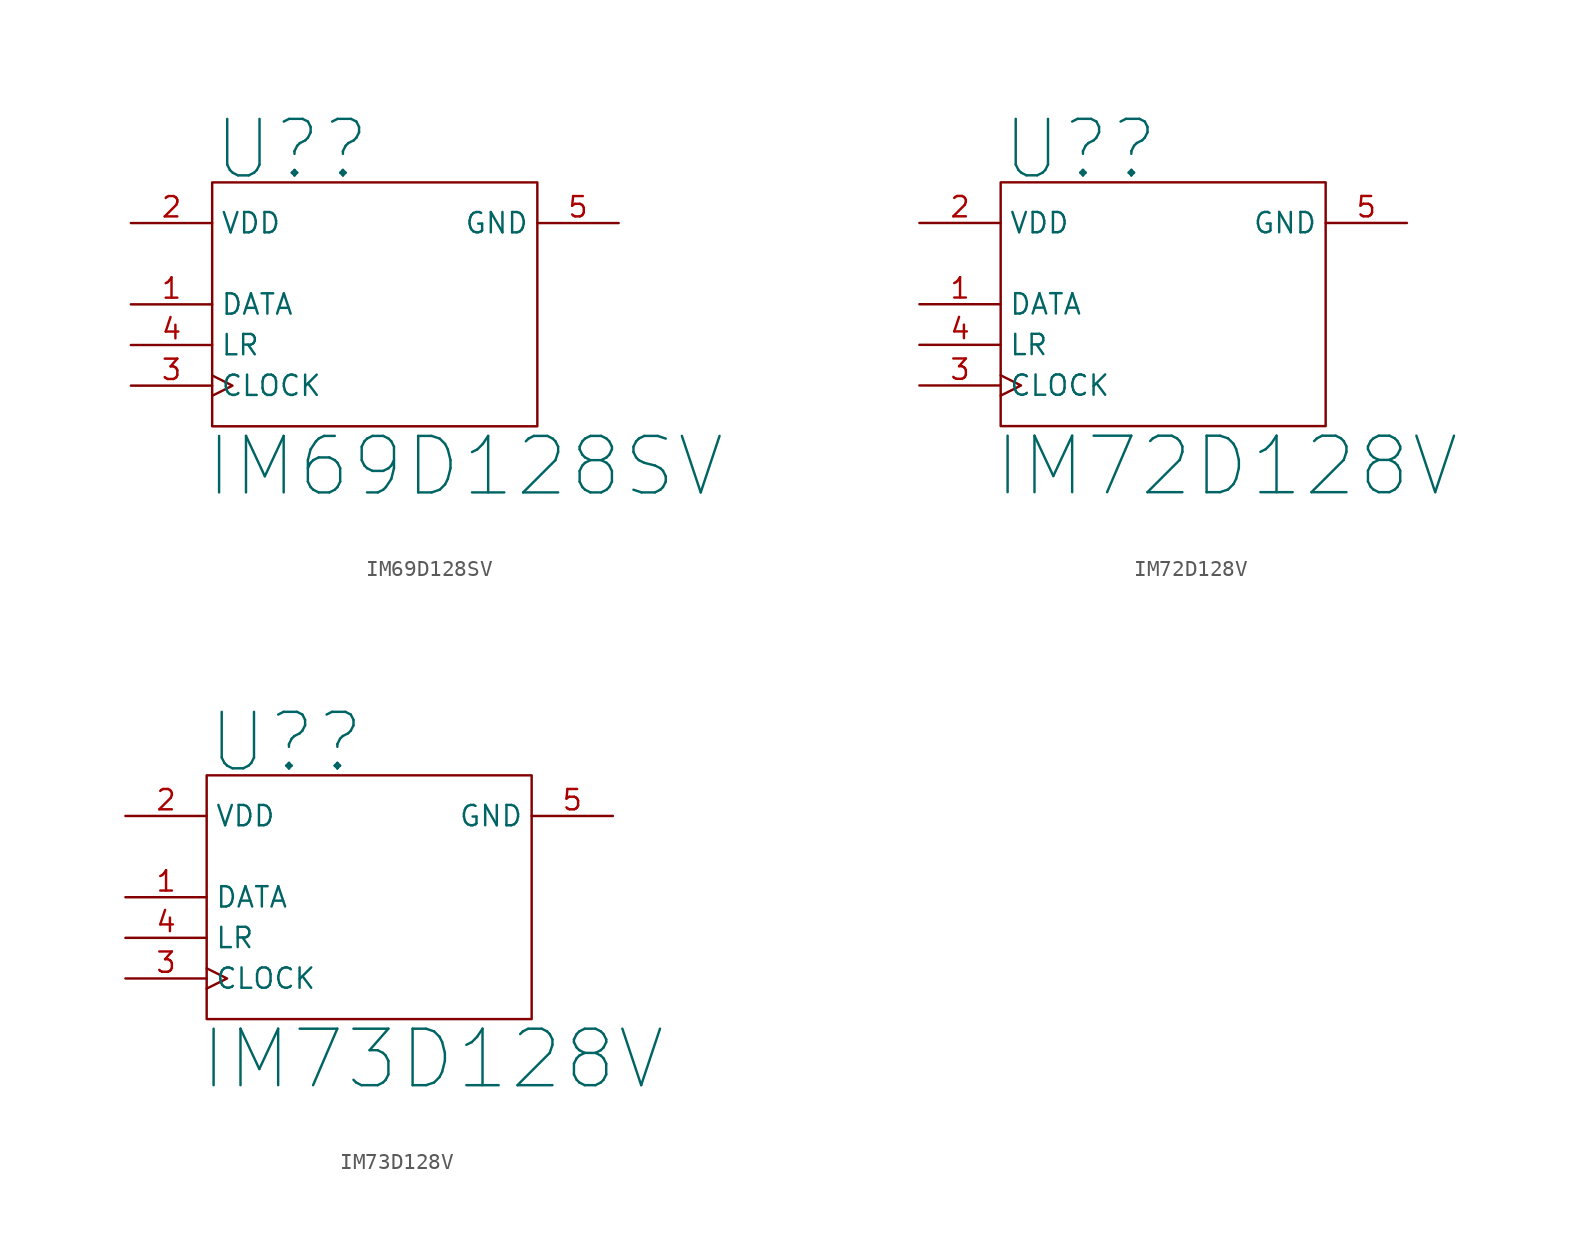
<source format=kicad_sym>
(kicad_symbol_lib
  (version 20241209)
  (generator "kicad_symbol_editor")
  (generator_version "9.0")
  (symbol "IM69D128SV"
    (property "Reference" "U?"
      (at 0 0 0)
      (effects (font (size 3.531 3.531)) (justify left bottom)))
    (property "Value" "IM69D128SV"
      (at -0.508 -19.812 0)
      (effects (font (size 3.531 3.531)) (justify left bottom)))
    (symbol "IM69D128SV_0_1"
      (rectangle (start 0 0) (end 20.32 -15.24) (stroke (width 0) (type default)) (fill (type none))))
    (symbol "IM69D128SV_1_0"
      (pin power_in line (at -5.08 -2.54 0) (length 5.08) (name "VDD" (effects (font (size 1.27 1.27)))) (number "2" (effects (font (size 1.27 1.27)))))
      (pin output line (at -5.08 -7.62 0) (length 5.08) (name "DATA" (effects (font (size 1.27 1.27)))) (number "1" (effects (font (size 1.27 1.27)))))
      (pin passive line (at -5.08 -10.16 0) (length 5.08) (name "LR" (effects (font (size 1.27 1.27)))) (number "4" (effects (font (size 1.27 1.27)))))
      (pin input clock (at -5.08 -12.7 0) (length 5.08) (name "CLOCK" (effects (font (size 1.27 1.27)))) (number "3" (effects (font (size 1.27 1.27)))))
      (pin power_in line (at 25.4 -2.54 180) (length 5.08) (name "GND" (effects (font (size 1.27 1.27)))) (number "5" (effects (font (size 1.27 1.27)))))))
  (symbol "IM72D128V"
    (property "Reference" "U?"
      (at 0 0 0)
      (effects (font (size 3.531 3.531)) (justify left bottom)))
    (property "Value" "IM72D128V"
      (at -0.508 -19.812 0)
      (effects (font (size 3.531 3.531)) (justify left bottom)))
    (symbol "IM72D128V_0_1"
      (rectangle (start 0 0) (end 20.32 -15.24) (stroke (width 0) (type default)) (fill (type none))))
    (symbol "IM72D128V_1_0"
      (pin power_in line (at -5.08 -2.54 0) (length 5.08) (name "VDD" (effects (font (size 1.27 1.27)))) (number "2" (effects (font (size 1.27 1.27)))))
      (pin output line (at -5.08 -7.62 0) (length 5.08) (name "DATA" (effects (font (size 1.27 1.27)))) (number "1" (effects (font (size 1.27 1.27)))))
      (pin passive line (at -5.08 -10.16 0) (length 5.08) (name "LR" (effects (font (size 1.27 1.27)))) (number "4" (effects (font (size 1.27 1.27)))))
      (pin input clock (at -5.08 -12.7 0) (length 5.08) (name "CLOCK" (effects (font (size 1.27 1.27)))) (number "3" (effects (font (size 1.27 1.27)))))
      (pin power_in line (at 25.4 -2.54 180) (length 5.08) (name "GND" (effects (font (size 1.27 1.27)))) (number "5" (effects (font (size 1.27 1.27)))))))
  (symbol "IM73D128V"
    (property "Reference" "U?"
      (at 0 0 0)
      (effects (font (size 3.531 3.531)) (justify left bottom)))
    (property "Value" "IM73D128V"
      (at -0.508 -19.812 0)
      (effects (font (size 3.531 3.531)) (justify left bottom)))
    (symbol "IM73D128V_0_1"
      (rectangle (start 0 0) (end 20.32 -15.24) (stroke (width 0) (type default)) (fill (type none))))
    (symbol "IM73D128V_1_0"
      (pin power_in line (at -5.08 -2.54 0) (length 5.08) (name "VDD" (effects (font (size 1.27 1.27)))) (number "2" (effects (font (size 1.27 1.27)))))
      (pin output line (at -5.08 -7.62 0) (length 5.08) (name "DATA" (effects (font (size 1.27 1.27)))) (number "1" (effects (font (size 1.27 1.27)))))
      (pin passive line (at -5.08 -10.16 0) (length 5.08) (name "LR" (effects (font (size 1.27 1.27)))) (number "4" (effects (font (size 1.27 1.27)))))
      (pin input clock (at -5.08 -12.7 0) (length 5.08) (name "CLOCK" (effects (font (size 1.27 1.27)))) (number "3" (effects (font (size 1.27 1.27)))))
      (pin power_in line (at 25.4 -2.54 180) (length 5.08) (name "GND" (effects (font (size 1.27 1.27)))) (number "5" (effects (font (size 1.27 1.27))))))))
</source>
